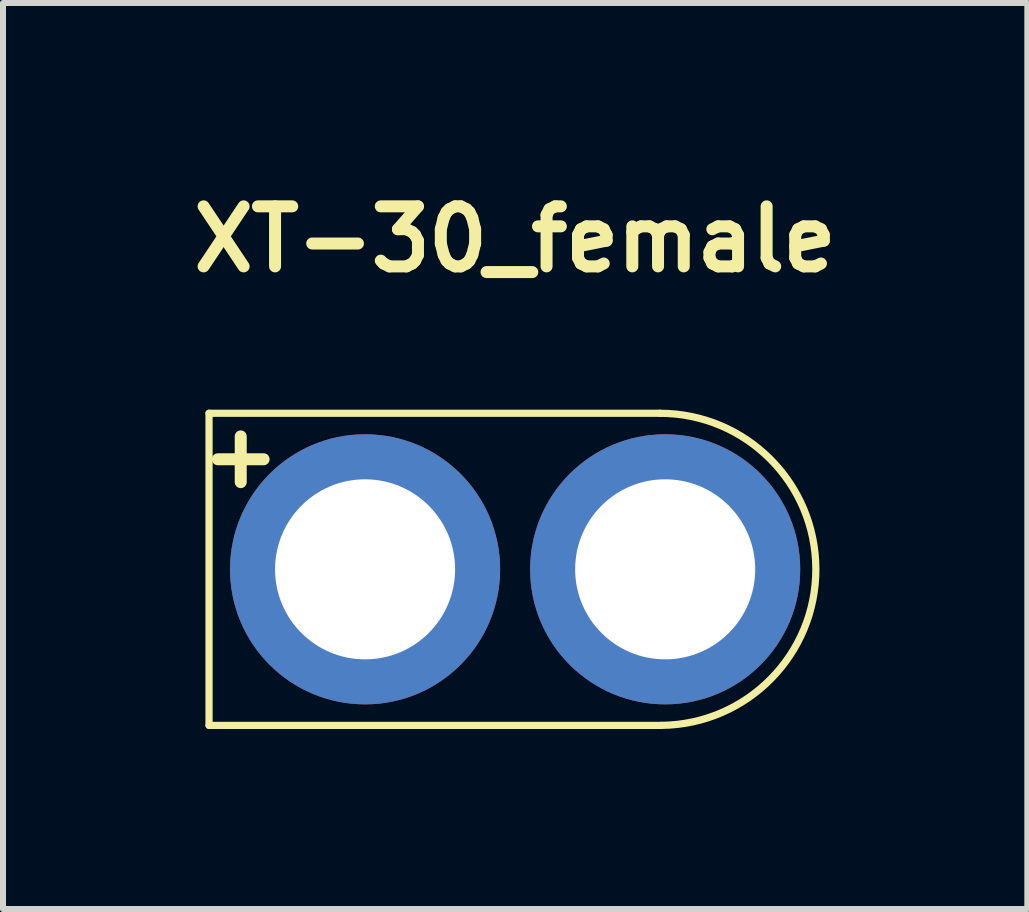
<source format=kicad_pcb>
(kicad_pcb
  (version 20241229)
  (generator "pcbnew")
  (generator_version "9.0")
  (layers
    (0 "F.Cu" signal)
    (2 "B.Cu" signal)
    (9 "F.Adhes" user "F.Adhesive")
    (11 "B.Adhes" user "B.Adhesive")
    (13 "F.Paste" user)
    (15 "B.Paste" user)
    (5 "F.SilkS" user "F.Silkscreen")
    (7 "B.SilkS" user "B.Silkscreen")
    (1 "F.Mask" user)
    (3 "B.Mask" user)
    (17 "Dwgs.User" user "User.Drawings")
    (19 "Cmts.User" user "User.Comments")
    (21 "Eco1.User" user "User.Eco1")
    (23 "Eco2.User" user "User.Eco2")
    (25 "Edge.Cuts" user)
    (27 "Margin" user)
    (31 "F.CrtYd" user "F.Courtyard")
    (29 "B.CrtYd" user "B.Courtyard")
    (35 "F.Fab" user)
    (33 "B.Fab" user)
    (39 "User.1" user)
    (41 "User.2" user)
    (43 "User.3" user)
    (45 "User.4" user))
  (footprint "XT-30_female"
    (layer "F.Cu")
    (at 5.533 6.436)
    (property "Reference" "XT-30_female" (at 0 -5.5 0) (layer "F.SilkS") (effects (font (size 1 1) (thickness 0.2))))
    (attr through_hole)
    (fp_line (start -5.1 -2.6) (end -5.1 2.6) (stroke (width 0.12) (type solid)) (layer "F.SilkS"))
    (fp_line (start -5.1 2.6) (end 2.433 2.6) (stroke (width 0.12) (type solid)) (layer "F.SilkS"))
    (fp_line (start 2.413 -2.6) (end -5.1 -2.6) (stroke (width 0.12) (type solid)) (layer "F.SilkS"))
    (fp_arc (start 2.413001 -2.600076) (mid 5.013057 -0.009999) (end 2.432999 2.599999) (stroke (width 0.12) (type solid)) (layer "F.SilkS"))
    (fp_text user "+" (at -4.572 -1.905 0) (layer "F.SilkS") (effects (font (size 1 1) (thickness 0.2))))
    (pad "1" thru_hole circle (at 2.5 0) (size 4.5 4.5) (drill 3) (layers "*.Cu" "*.Mask"))
    (pad "2" thru_hole circle (at -2.5 0) (size 4.5 4.5) (drill 3) (layers "*.Cu" "*.Mask")))
  (gr_rect
    (start -3 -3)
    (end 14.067 12.096)
    (stroke (width 0.1) (type default))
    (fill no)
    (layer "Edge.Cuts")))
</source>
